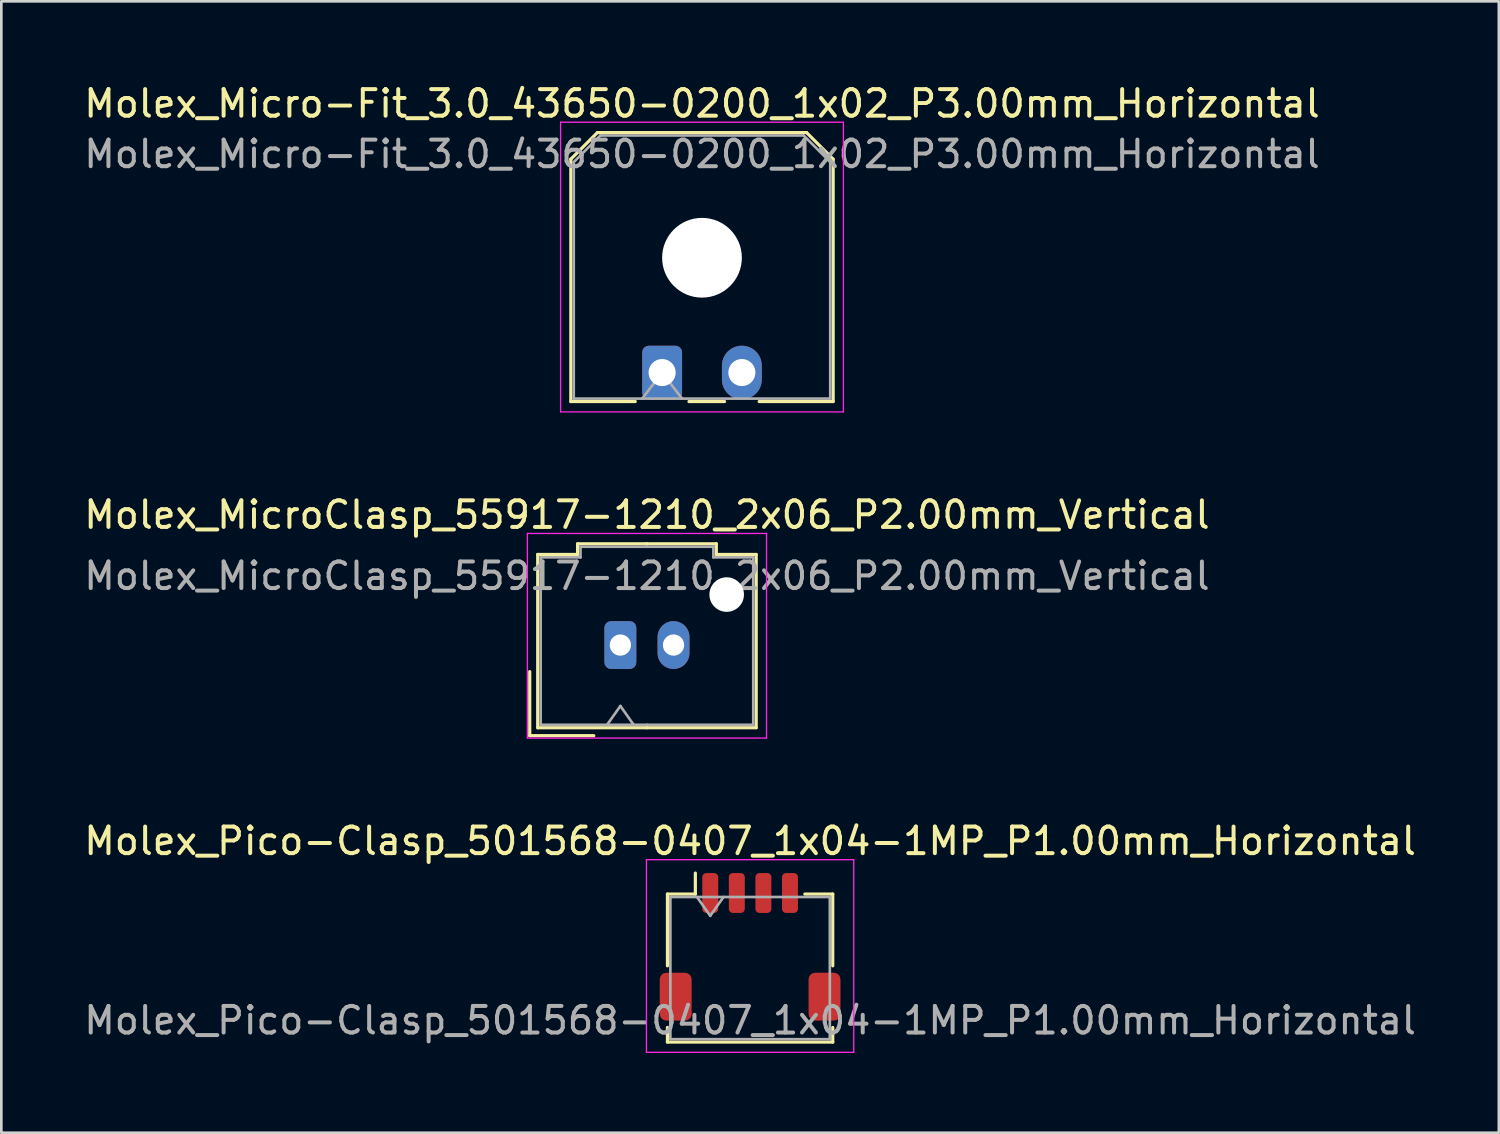
<source format=kicad_pcb>
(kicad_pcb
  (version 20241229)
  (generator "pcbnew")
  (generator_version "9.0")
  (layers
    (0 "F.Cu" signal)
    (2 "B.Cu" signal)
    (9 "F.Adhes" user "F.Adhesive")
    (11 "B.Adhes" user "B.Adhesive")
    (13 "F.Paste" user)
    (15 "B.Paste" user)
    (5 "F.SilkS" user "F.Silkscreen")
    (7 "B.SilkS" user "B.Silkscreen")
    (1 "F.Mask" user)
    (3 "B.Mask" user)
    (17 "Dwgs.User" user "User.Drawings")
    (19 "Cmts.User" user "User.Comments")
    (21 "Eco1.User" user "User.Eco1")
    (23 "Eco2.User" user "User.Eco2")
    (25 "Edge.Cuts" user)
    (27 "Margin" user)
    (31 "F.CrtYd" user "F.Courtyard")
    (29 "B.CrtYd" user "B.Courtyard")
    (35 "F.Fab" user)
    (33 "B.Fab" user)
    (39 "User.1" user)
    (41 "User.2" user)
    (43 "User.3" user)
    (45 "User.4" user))
  (footprint "Molex_Pico-Clasp_501568-0407_1x04-1MP_P1.00mm_Horizontal"
    (layer "F.Cu")
    (at 25.173 32.575)
    (property "Reference" "Molex_Pico-Clasp_501568-0407_1x04-1MP_P1.00mm_Horizontal" (at 0 -3.98 0) (layer "F.SilkS") (effects (font (size 1 1) (thickness 0.15))))
    (attr smd)
    (fp_line (start -3.11 -1.985) (end -2.06 -1.985) (stroke (width 0.12) (type solid)) (layer "F.SilkS"))
    (fp_line (start -3.11 0.715) (end -3.11 -1.985) (stroke (width 0.12) (type solid)) (layer "F.SilkS"))
    (fp_line (start -3.11 3.035) (end -3.11 3.585) (stroke (width 0.12) (type solid)) (layer "F.SilkS"))
    (fp_line (start -3.11 3.585) (end 3.11 3.585) (stroke (width 0.12) (type solid)) (layer "F.SilkS"))
    (fp_line (start -2.06 -1.985) (end -2.06 -2.775) (stroke (width 0.12) (type solid)) (layer "F.SilkS"))
    (fp_line (start 3.11 -1.985) (end 2.06 -1.985) (stroke (width 0.12) (type solid)) (layer "F.SilkS"))
    (fp_line (start 3.11 0.715) (end 3.11 -1.985) (stroke (width 0.12) (type solid)) (layer "F.SilkS"))
    (fp_line (start 3.11 3.585) (end 3.11 3.035) (stroke (width 0.12) (type solid)) (layer "F.SilkS"))
    (fp_line (start -3.9 -3.28) (end -3.9 3.97) (stroke (width 0.05) (type solid)) (layer "F.CrtYd"))
    (fp_line (start -3.9 3.97) (end 3.9 3.97) (stroke (width 0.05) (type solid)) (layer "F.CrtYd"))
    (fp_line (start 3.9 -3.28) (end -3.9 -3.28) (stroke (width 0.05) (type solid)) (layer "F.CrtYd"))
    (fp_line (start 3.9 3.97) (end 3.9 -3.28) (stroke (width 0.05) (type solid)) (layer "F.CrtYd"))
    (fp_line (start -3 -1.875) (end -3 3.475) (stroke (width 0.1) (type solid)) (layer "F.Fab"))
    (fp_line (start -3 -1.875) (end 3 -1.875) (stroke (width 0.1) (type solid)) (layer "F.Fab"))
    (fp_line (start -3 3.475) (end 3 3.475) (stroke (width 0.1) (type solid)) (layer "F.Fab"))
    (fp_line (start -2 -1.875) (end -1.5 -1.168) (stroke (width 0.1) (type solid)) (layer "F.Fab"))
    (fp_line (start -1.5 -1.168) (end -1 -1.875) (stroke (width 0.1) (type solid)) (layer "F.Fab"))
    (fp_line (start 3 -1.875) (end 3 3.475) (stroke (width 0.1) (type solid)) (layer "F.Fab"))
    (fp_text user "${REFERENCE}" (at 0 2.77 0) (layer "F.Fab") (effects (font (size 1 1) (thickness 0.15))))
    (pad "1" smd roundrect (at -1.5 -2.025) (size 0.6 1.5) (layers "F.Cu" "F.Mask" "F.Paste") (roundrect_rratio 0.25))
    (pad "2" smd roundrect (at -0.5 -2.025) (size 0.6 1.5) (layers "F.Cu" "F.Mask" "F.Paste") (roundrect_rratio 0.25))
    (pad "3" smd roundrect (at 0.5 -2.025) (size 0.6 1.5) (layers "F.Cu" "F.Mask" "F.Paste") (roundrect_rratio 0.25))
    (pad "4" smd roundrect (at 1.5 -2.025) (size 0.6 1.5) (layers "F.Cu" "F.Mask" "F.Paste") (roundrect_rratio 0.25))
    (pad "MP" smd roundrect (at -2.8 1.875) (size 1.2 1.8) (layers "F.Cu" "F.Mask" "F.Paste") (roundrect_rratio 0.208))
    (pad "MP" smd roundrect (at 2.8 1.875) (size 1.2 1.8) (layers "F.Cu" "F.Mask" "F.Paste") (roundrect_rratio 0.208)))
  (footprint "Molex_Micro-Fit_3.0_43650-0200_1x02_P3.00mm_Horizontal"
    (layer "F.Cu")
    (at 21.863 10.968)
    (property "Reference" "Molex_Micro-Fit_3.0_43650-0200_1x02_P3.00mm_Horizontal" (at 1.5 -10.12 0) (layer "F.SilkS") (effects (font (size 1 1) (thickness 0.15))))
    (attr through_hole)
    (fp_line (start -3.435 -8.03) (end -2.435 -9.03) (stroke (width 0.12) (type solid)) (layer "F.SilkS"))
    (fp_line (start -3.435 1.09) (end -3.435 -8.03) (stroke (width 0.12) (type solid)) (layer "F.SilkS"))
    (fp_line (start -3.435 1.09) (end -1.01 1.09) (stroke (width 0.12) (type solid)) (layer "F.SilkS"))
    (fp_line (start -2.435 -9.03) (end 5.435 -9.03) (stroke (width 0.12) (type solid)) (layer "F.SilkS"))
    (fp_line (start 1.01 1.09) (end 2.348 1.09) (stroke (width 0.12) (type solid)) (layer "F.SilkS"))
    (fp_line (start 5.435 -9.03) (end 6.435 -8.03) (stroke (width 0.12) (type solid)) (layer "F.SilkS"))
    (fp_line (start 6.435 -8.03) (end 6.435 1.09) (stroke (width 0.12) (type solid)) (layer "F.SilkS"))
    (fp_line (start 6.435 1.09) (end 3.652 1.09) (stroke (width 0.12) (type solid)) (layer "F.SilkS"))
    (fp_line (start -3.82 -9.42) (end 6.82 -9.42) (stroke (width 0.05) (type solid)) (layer "F.CrtYd"))
    (fp_line (start -3.82 1.48) (end -3.82 -9.42) (stroke (width 0.05) (type solid)) (layer "F.CrtYd"))
    (fp_line (start 6.82 -9.42) (end 6.82 1.48) (stroke (width 0.05) (type solid)) (layer "F.CrtYd"))
    (fp_line (start 6.82 1.48) (end -3.82 1.48) (stroke (width 0.05) (type solid)) (layer "F.CrtYd"))
    (fp_line (start -3.325 -7.92) (end -2.325 -8.92) (stroke (width 0.1) (type solid)) (layer "F.Fab"))
    (fp_line (start -3.325 0.98) (end -3.325 -7.92) (stroke (width 0.1) (type solid)) (layer "F.Fab"))
    (fp_line (start -2.325 -8.92) (end 5.325 -8.92) (stroke (width 0.1) (type solid)) (layer "F.Fab"))
    (fp_line (start -0.75 0.98) (end 0 0) (stroke (width 0.1) (type solid)) (layer "F.Fab"))
    (fp_line (start 0 0) (end 0.75 0.98) (stroke (width 0.1) (type solid)) (layer "F.Fab"))
    (fp_line (start 5.325 -8.92) (end 6.325 -7.92) (stroke (width 0.1) (type solid)) (layer "F.Fab"))
    (fp_line (start 6.325 -7.92) (end 6.325 0.98) (stroke (width 0.1) (type solid)) (layer "F.Fab"))
    (fp_line (start 6.325 0.98) (end -3.325 0.98) (stroke (width 0.1) (type solid)) (layer "F.Fab"))
    (fp_text user "${REFERENCE}" (at 1.5 -8.22 0) (layer "F.Fab") (effects (font (size 1 1) (thickness 0.15))))
    (pad "" np_thru_hole circle (at 1.5 -4.32) (size 3 3) (drill 3) (layers "*.Cu" "*.Mask"))
    (pad "1" thru_hole roundrect (at 0 0) (size 1.5 2.02) (drill 1.02) (layers "*.Cu" "*.Mask") (roundrect_rratio 0.167))
    (pad "2" thru_hole oval (at 3 0) (size 1.5 2.02) (drill 1.02) (layers "*.Cu" "*.Mask")))
  (footprint "Molex_MicroClasp_55917-1210_2x06_P2.00mm_Vertical"
    (layer "F.Cu")
    (at 20.292 21.221)
    (property "Reference" "Molex_MicroClasp_55917-1210_2x06_P2.00mm_Vertical" (at 1 -4.9 0) (layer "F.SilkS") (effects (font (size 1 1) (thickness 0.15))))
    (attr through_hole)
    (fp_line (start -3.41 1) (end -3.41 3.41) (stroke (width 0.12) (type solid)) (layer "F.SilkS"))
    (fp_line (start -3.41 3.41) (end -1 3.41) (stroke (width 0.12) (type solid)) (layer "F.SilkS"))
    (fp_line (start -3.11 -3.41) (end -3.11 3.11) (stroke (width 0.12) (type solid)) (layer "F.SilkS"))
    (fp_line (start -3.11 3.11) (end 1 3.11) (stroke (width 0.12) (type solid)) (layer "F.SilkS"))
    (fp_line (start -1.61 -3.81) (end -1.61 -3.41) (stroke (width 0.12) (type solid)) (layer "F.SilkS"))
    (fp_line (start -1.61 -3.41) (end -3.11 -3.41) (stroke (width 0.12) (type solid)) (layer "F.SilkS"))
    (fp_line (start 1 -3.81) (end -1.61 -3.81) (stroke (width 0.12) (type solid)) (layer "F.SilkS"))
    (fp_line (start 1 -3.81) (end 3.61 -3.81) (stroke (width 0.12) (type solid)) (layer "F.SilkS"))
    (fp_line (start 3.61 -3.81) (end 3.61 -3.41) (stroke (width 0.12) (type solid)) (layer "F.SilkS"))
    (fp_line (start 3.61 -3.41) (end 5.11 -3.41) (stroke (width 0.12) (type solid)) (layer "F.SilkS"))
    (fp_line (start 5.11 -3.41) (end 5.11 3.11) (stroke (width 0.12) (type solid)) (layer "F.SilkS"))
    (fp_line (start 5.11 3.11) (end 1 3.11) (stroke (width 0.12) (type solid)) (layer "F.SilkS"))
    (fp_line (start -3.5 -4.2) (end -3.5 3.5) (stroke (width 0.05) (type solid)) (layer "F.CrtYd"))
    (fp_line (start -3.5 3.5) (end 5.5 3.5) (stroke (width 0.05) (type solid)) (layer "F.CrtYd"))
    (fp_line (start 5.5 -4.2) (end -3.5 -4.2) (stroke (width 0.05) (type solid)) (layer "F.CrtYd"))
    (fp_line (start 5.5 3.5) (end 5.5 -4.2) (stroke (width 0.05) (type solid)) (layer "F.CrtYd"))
    (fp_line (start -3 -3.3) (end -3 3) (stroke (width 0.1) (type solid)) (layer "F.Fab"))
    (fp_line (start -3 3) (end 1 3) (stroke (width 0.1) (type solid)) (layer "F.Fab"))
    (fp_line (start -1.5 -3.7) (end -1.5 -3.3) (stroke (width 0.1) (type solid)) (layer "F.Fab"))
    (fp_line (start -1.5 -3.3) (end -3 -3.3) (stroke (width 0.1) (type solid)) (layer "F.Fab"))
    (fp_line (start -0.5 3) (end 0 2.293) (stroke (width 0.1) (type solid)) (layer "F.Fab"))
    (fp_line (start 0 2.293) (end 0.5 3) (stroke (width 0.1) (type solid)) (layer "F.Fab"))
    (fp_line (start 1 -3.7) (end -1.5 -3.7) (stroke (width 0.1) (type solid)) (layer "F.Fab"))
    (fp_line (start 1 -3.7) (end 3.5 -3.7) (stroke (width 0.1) (type solid)) (layer "F.Fab"))
    (fp_line (start 3.5 -3.7) (end 3.5 -3.3) (stroke (width 0.1) (type solid)) (layer "F.Fab"))
    (fp_line (start 3.5 -3.3) (end 5 -3.3) (stroke (width 0.1) (type solid)) (layer "F.Fab"))
    (fp_line (start 5 -3.3) (end 5 3) (stroke (width 0.1) (type solid)) (layer "F.Fab"))
    (fp_line (start 5 3) (end 1 3) (stroke (width 0.1) (type solid)) (layer "F.Fab"))
    (fp_text user "${REFERENCE}" (at 1 -2.6 0) (layer "F.Fab") (effects (font (size 1 1) (thickness 0.15))))
    (pad "" np_thru_hole circle (at 4 -1.9) (size 1.3 1.3) (drill 1.3) (layers "*.Cu" "*.Mask"))
    (pad "1" thru_hole roundrect (at 0 0) (size 1.2 1.8) (drill 0.8) (layers "*.Cu" "*.Mask") (roundrect_rratio 0.208))
    (pad "2" thru_hole oval (at 2 0) (size 1.2 1.8) (drill 0.8) (layers "*.Cu" "*.Mask")))
  (gr_rect
    (start -3 -3)
    (end 53.345 39.57)
    (stroke (width 0.1) (type default))
    (fill no)
    (layer "Edge.Cuts")))
</source>
